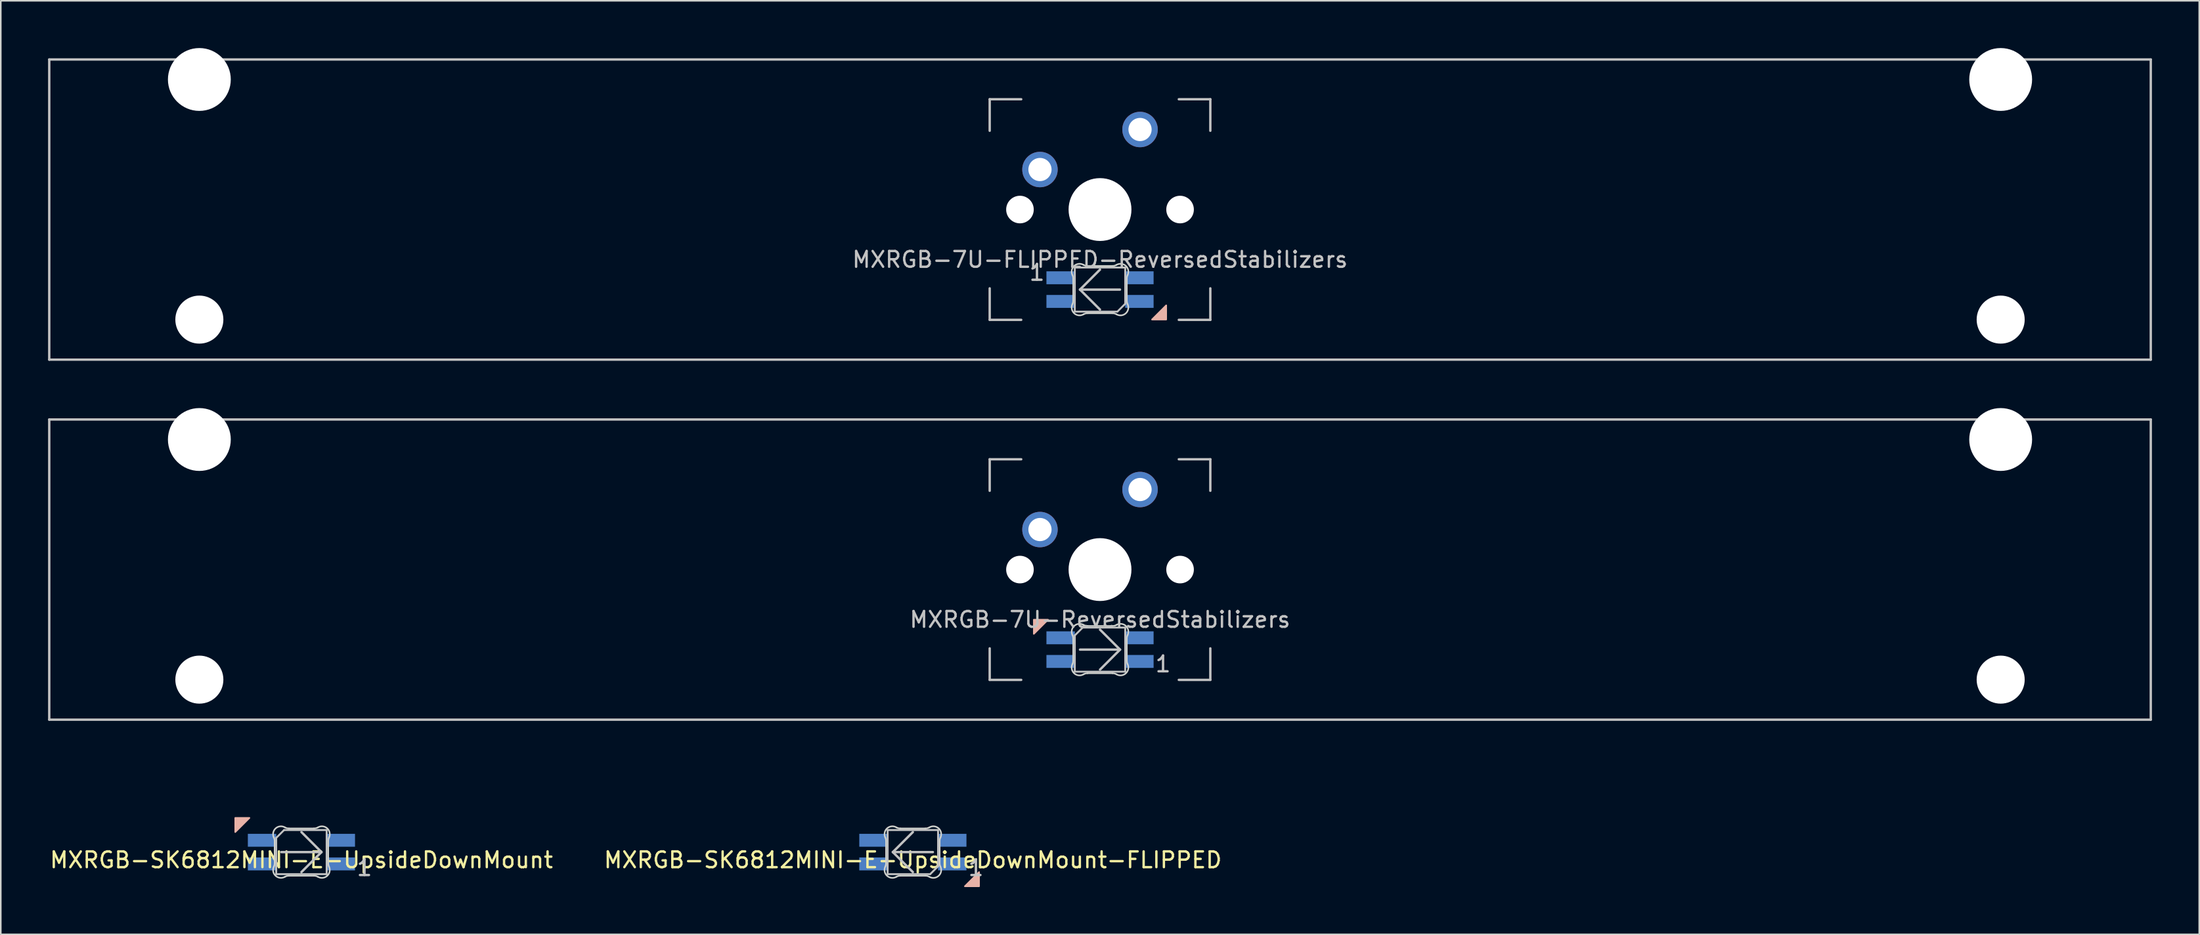
<source format=kicad_pcb>
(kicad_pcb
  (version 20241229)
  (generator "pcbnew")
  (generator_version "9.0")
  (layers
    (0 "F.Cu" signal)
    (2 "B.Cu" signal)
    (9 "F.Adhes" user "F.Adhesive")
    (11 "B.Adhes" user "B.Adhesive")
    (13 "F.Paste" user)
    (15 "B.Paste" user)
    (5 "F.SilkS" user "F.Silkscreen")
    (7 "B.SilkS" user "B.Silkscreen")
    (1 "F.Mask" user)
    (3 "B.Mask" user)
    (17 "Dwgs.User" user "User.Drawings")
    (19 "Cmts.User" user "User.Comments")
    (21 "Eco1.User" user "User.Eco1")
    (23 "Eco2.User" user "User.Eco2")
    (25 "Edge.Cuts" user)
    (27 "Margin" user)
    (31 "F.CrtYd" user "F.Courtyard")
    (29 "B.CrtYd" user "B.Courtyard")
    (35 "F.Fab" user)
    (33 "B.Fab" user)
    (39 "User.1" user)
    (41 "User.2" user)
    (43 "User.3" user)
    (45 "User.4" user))
  (footprint "MXRGB-SK6812MINI-E-UpsideDownMount-FLIPPED"
    (layer "F.Cu")
    (at 54.875 45.948)
    (property "Reference" "MXRGB-SK6812MINI-E-UpsideDownMount-FLIPPED" (at 0 5.58 0) (layer "F.SilkS") (effects (font (size 1 1) (thickness 0.15))))
    (attr through_hole)
    (fp_poly (pts (xy 4.2 6.35) (xy 3.3 7.25) (xy 4.2 7.25)) (stroke (width 0.1) (type solid)) (fill yes) (layer "B.SilkS"))
    (fp_line (start -1.6 3.68) (end 1.6 3.68) (stroke (width 0.12) (type solid)) (layer "Dwgs.User"))
    (fp_line (start -1.6 6.48) (end -1.6 3.68) (stroke (width 0.12) (type solid)) (layer "Dwgs.User"))
    (fp_line (start -1.27 5.08) (end 0 6.35) (stroke (width 0.15) (type solid)) (layer "Dwgs.User"))
    (fp_line (start -1.27 5.08) (end 1.27 5.08) (stroke (width 0.15) (type solid)) (layer "Dwgs.User"))
    (fp_line (start 0 3.81) (end -1.27 5.08) (stroke (width 0.15) (type solid)) (layer "Dwgs.User"))
    (fp_line (start 1.1 6.48) (end -1.6 6.48) (stroke (width 0.12) (type solid)) (layer "Dwgs.User"))
    (fp_line (start 1.1 6.48) (end 1.6 5.98) (stroke (width 0.12) (type solid)) (layer "Dwgs.User"))
    (fp_line (start 1.6 3.68) (end 1.6 5.98) (stroke (width 0.12) (type solid)) (layer "Dwgs.User"))
    (fp_line (start -1.7 5.783) (end -1.7 4.377) (stroke (width 0.1) (type solid)) (layer "Edge.Cuts"))
    (fp_line (start -0.794 3.58) (end 0.794 3.58) (stroke (width 0.1) (type solid)) (layer "Edge.Cuts"))
    (fp_line (start 0.794 6.58) (end -0.794 6.58) (stroke (width 0.1) (type solid)) (layer "Edge.Cuts"))
    (fp_line (start 1.7 4.377) (end 1.7 5.783) (stroke (width 0.1) (type solid)) (layer "Edge.Cuts"))
    (fp_arc (start -1.749484 4.160279) (mid -1.712527 4.265931) (end -1.699999 4.377157) (stroke (width 0.1) (type solid)) (layer "Edge.Cuts"))
    (fp_arc (start -1.749484 4.160279) (mid -1.638071 3.575964) (end -1.046711 3.5117) (stroke (width 0.1) (type solid)) (layer "Edge.Cuts"))
    (fp_arc (start -1.699999 5.782842) (mid -1.712527 5.894067) (end -1.749484 5.999719) (stroke (width 0.1) (type solid)) (layer "Edge.Cuts"))
    (fp_arc (start -1.046711 6.648296) (mid -1.63807 6.584033) (end -1.749484 5.999719) (stroke (width 0.1) (type solid)) (layer "Edge.Cuts"))
    (fp_arc (start -1.04671 6.648298) (mid -0.925122 6.597376) (end -0.794452 6.579999) (stroke (width 0.1) (type solid)) (layer "Edge.Cuts"))
    (fp_arc (start -0.794453 3.579999) (mid -0.925123 3.562622) (end -1.046711 3.5117) (stroke (width 0.1) (type solid)) (layer "Edge.Cuts"))
    (fp_arc (start 0.794452 6.579999) (mid 0.925123 6.597376) (end 1.046711 6.648298) (stroke (width 0.1) (type solid)) (layer "Edge.Cuts"))
    (fp_arc (start 1.046711 3.511701) (mid 0.925123 3.562623) (end 0.794453 3.58) (stroke (width 0.1) (type solid)) (layer "Edge.Cuts"))
    (fp_arc (start 1.046711 3.511701) (mid 1.638071 3.575965) (end 1.749484 4.160279) (stroke (width 0.1) (type solid)) (layer "Edge.Cuts"))
    (fp_arc (start 1.699999 4.377156) (mid 1.712527 4.265931) (end 1.749484 4.160279) (stroke (width 0.1) (type solid)) (layer "Edge.Cuts"))
    (fp_arc (start 1.749484 5.999718) (mid 1.638072 6.584034) (end 1.046711 6.648298) (stroke (width 0.1) (type solid)) (layer "Edge.Cuts"))
    (fp_arc (start 1.749484 5.999719) (mid 1.712527 5.894067) (end 1.699999 5.782841) (stroke (width 0.1) (type solid)) (layer "Edge.Cuts"))
    (fp_text user "1" (at 4 6.08 0) (layer "Dwgs.User") (effects (font (size 1 1) (thickness 0.15))))
    (pad "3" smd rect (at -2.5 4.33) (size 1.8 0.82) (layers "B.Cu" "B.Mask" "B.Paste"))
    (pad "4" smd rect (at -2.5 5.83) (size 1.8 0.82) (layers "B.Cu" "B.Mask" "B.Paste"))
    (pad "5" smd rect (at 2.5 5.83) (size 1.8 0.82) (layers "B.Cu" "B.Mask" "B.Paste"))
    (pad "6" smd rect (at 2.5 4.33) (size 1.8 0.82) (layers "B.Cu" "B.Mask" "B.Paste")))
  (footprint "MXRGB-7U-FLIPPED-ReversedStabilizers"
    (layer "F.Cu")
    (at 66.75 10.249)
    (property "Reference" "MXRGB-7U-FLIPPED-ReversedStabilizers" (at 0 3.175 0) (layer "Dwgs.User") (effects (font (size 1 1) (thickness 0.15))))
    (attr through_hole)
    (fp_poly (pts (xy 4.2 6.08) (xy 3.3 6.98) (xy 4.2 6.98)) (stroke (width 0.1) (type solid)) (fill yes) (layer "B.SilkS"))
    (fp_line (start -66.675 -9.525) (end 66.675 -9.525) (stroke (width 0.15) (type solid)) (layer "Dwgs.User"))
    (fp_line (start -66.675 9.525) (end -66.675 -9.525) (stroke (width 0.15) (type solid)) (layer "Dwgs.User"))
    (fp_line (start -66.675 9.525) (end 66.675 9.525) (stroke (width 0.15) (type solid)) (layer "Dwgs.User"))
    (fp_line (start -7 -7) (end -7 -5) (stroke (width 0.15) (type solid)) (layer "Dwgs.User"))
    (fp_line (start -7 5) (end -7 7) (stroke (width 0.15) (type solid)) (layer "Dwgs.User"))
    (fp_line (start -7 7) (end -5 7) (stroke (width 0.15) (type solid)) (layer "Dwgs.User"))
    (fp_line (start -5 -7) (end -7 -7) (stroke (width 0.15) (type solid)) (layer "Dwgs.User"))
    (fp_line (start -1.6 3.68) (end -1.6 6.48) (stroke (width 0.12) (type solid)) (layer "Dwgs.User"))
    (fp_line (start -1.6 6.48) (end 1.1 6.48) (stroke (width 0.12) (type solid)) (layer "Dwgs.User"))
    (fp_line (start -1.27 5.08) (end 0 3.81) (stroke (width 0.15) (type solid)) (layer "Dwgs.User"))
    (fp_line (start -1.27 5.08) (end 0 6.35) (stroke (width 0.15) (type solid)) (layer "Dwgs.User"))
    (fp_line (start -1.27 5.08) (end 1.27 5.08) (stroke (width 0.15) (type solid)) (layer "Dwgs.User"))
    (fp_line (start 1.6 3.68) (end -1.6 3.68) (stroke (width 0.12) (type solid)) (layer "Dwgs.User"))
    (fp_line (start 1.6 5.98) (end 1.1 6.48) (stroke (width 0.12) (type solid)) (layer "Dwgs.User"))
    (fp_line (start 1.6 5.98) (end 1.6 3.68) (stroke (width 0.12) (type solid)) (layer "Dwgs.User"))
    (fp_line (start 5 -7) (end 7 -7) (stroke (width 0.15) (type solid)) (layer "Dwgs.User"))
    (fp_line (start 5 7) (end 7 7) (stroke (width 0.15) (type solid)) (layer "Dwgs.User"))
    (fp_line (start 7 -7) (end 7 -5) (stroke (width 0.15) (type solid)) (layer "Dwgs.User"))
    (fp_line (start 7 7) (end 7 5) (stroke (width 0.15) (type solid)) (layer "Dwgs.User"))
    (fp_line (start 66.675 -9.525) (end 66.675 9.525) (stroke (width 0.15) (type solid)) (layer "Dwgs.User"))
    (fp_line (start -1.7 5.783) (end -1.7 4.377) (stroke (width 0.1) (type solid)) (layer "Edge.Cuts"))
    (fp_line (start -0.794 3.58) (end 0.794 3.58) (stroke (width 0.1) (type solid)) (layer "Edge.Cuts"))
    (fp_line (start 0.794 6.58) (end -0.794 6.58) (stroke (width 0.1) (type solid)) (layer "Edge.Cuts"))
    (fp_line (start 1.7 4.377) (end 1.7 5.783) (stroke (width 0.1) (type solid)) (layer "Edge.Cuts"))
    (fp_arc (start -1.749484 4.160279) (mid -1.712527 4.265931) (end -1.699999 4.377157) (stroke (width 0.1) (type solid)) (layer "Edge.Cuts"))
    (fp_arc (start -1.749484 4.160279) (mid -1.638071 3.575964) (end -1.046711 3.5117) (stroke (width 0.1) (type solid)) (layer "Edge.Cuts"))
    (fp_arc (start -1.699999 5.782842) (mid -1.712527 5.894067) (end -1.749484 5.999719) (stroke (width 0.1) (type solid)) (layer "Edge.Cuts"))
    (fp_arc (start -1.046711 6.648296) (mid -1.63807 6.584033) (end -1.749484 5.999719) (stroke (width 0.1) (type solid)) (layer "Edge.Cuts"))
    (fp_arc (start -1.04671 6.648298) (mid -0.925122 6.597376) (end -0.794452 6.579999) (stroke (width 0.1) (type solid)) (layer "Edge.Cuts"))
    (fp_arc (start -0.794453 3.579999) (mid -0.925123 3.562622) (end -1.046711 3.5117) (stroke (width 0.1) (type solid)) (layer "Edge.Cuts"))
    (fp_arc (start 0.794452 6.579999) (mid 0.925123 6.597376) (end 1.046711 6.648298) (stroke (width 0.1) (type solid)) (layer "Edge.Cuts"))
    (fp_arc (start 1.046711 3.511701) (mid 0.925123 3.562623) (end 0.794453 3.58) (stroke (width 0.1) (type solid)) (layer "Edge.Cuts"))
    (fp_arc (start 1.046711 3.511701) (mid 1.638071 3.575965) (end 1.749484 4.160279) (stroke (width 0.1) (type solid)) (layer "Edge.Cuts"))
    (fp_arc (start 1.699999 4.377156) (mid 1.712527 4.265931) (end 1.749484 4.160279) (stroke (width 0.1) (type solid)) (layer "Edge.Cuts"))
    (fp_arc (start 1.749484 5.999718) (mid 1.638072 6.584034) (end 1.046711 6.648298) (stroke (width 0.1) (type solid)) (layer "Edge.Cuts"))
    (fp_arc (start 1.749484 5.999719) (mid 1.712527 5.894067) (end 1.699999 5.782841) (stroke (width 0.1) (type solid)) (layer "Edge.Cuts"))
    (fp_text user "1" (at -4 4 0) (layer "Dwgs.User") (effects (font (size 1 1) (thickness 0.15))))
    (pad "" np_thru_hole circle (at -57.15 -8.255) (size 3.988 3.988) (drill 3.988) (layers "*.Cu" "*.Mask"))
    (pad "" np_thru_hole circle (at -57.15 6.985) (size 3.048 3.048) (drill 3.048) (layers "*.Cu" "*.Mask"))
    (pad "" np_thru_hole circle (at -5.08 0 48.1) (size 1.75 1.75) (drill 1.75) (layers "*.Cu" "*.Mask"))
    (pad "" np_thru_hole circle (at 0 0) (size 3.988 3.988) (drill 3.988) (layers "*.Cu" "*.Mask"))
    (pad "" np_thru_hole circle (at 5.08 0 48.1) (size 1.75 1.75) (drill 1.75) (layers "*.Cu" "*.Mask"))
    (pad "" np_thru_hole circle (at 57.15 -8.255) (size 3.988 3.988) (drill 3.988) (layers "*.Cu" "*.Mask"))
    (pad "" np_thru_hole circle (at 57.15 6.985) (size 3.048 3.048) (drill 3.048) (layers "*.Cu" "*.Mask"))
    (pad "1" thru_hole circle (at -3.81 -2.54) (size 2.25 2.25) (drill 1.47) (layers "*.Cu" "B.Mask"))
    (pad "2" thru_hole circle (at 2.54 -5.08) (size 2.25 2.25) (drill 1.47) (layers "*.Cu" "B.Mask"))
    (pad "3" smd rect (at -2.5 4.33) (size 1.8 0.82) (layers "B.Cu" "B.Mask" "B.Paste"))
    (pad "4" smd rect (at -2.5 5.83) (size 1.8 0.82) (layers "B.Cu" "B.Mask" "B.Paste"))
    (pad "5" smd rect (at 2.5 5.83) (size 1.8 0.82) (layers "B.Cu" "B.Mask" "B.Paste"))
    (pad "6" smd rect (at 2.5 4.33) (size 1.8 0.82) (layers "B.Cu" "B.Mask" "B.Paste")))
  (footprint "MXRGB-7U-ReversedStabilizers"
    (layer "F.Cu")
    (at 66.75 33.098)
    (property "Reference" "MXRGB-7U-ReversedStabilizers" (at 0 3.175 0) (layer "Dwgs.User") (effects (font (size 1 1) (thickness 0.15))))
    (attr through_hole)
    (fp_poly (pts (xy -4.2 4.08) (xy -3.3 3.18) (xy -4.2 3.18)) (stroke (width 0.1) (type solid)) (fill yes) (layer "B.SilkS"))
    (fp_line (start -66.675 -9.525) (end 66.675 -9.525) (stroke (width 0.15) (type solid)) (layer "Dwgs.User"))
    (fp_line (start -66.675 9.525) (end -66.675 -9.525) (stroke (width 0.15) (type solid)) (layer "Dwgs.User"))
    (fp_line (start -66.675 9.525) (end 66.675 9.525) (stroke (width 0.15) (type solid)) (layer "Dwgs.User"))
    (fp_line (start -7 -7) (end -7 -5) (stroke (width 0.15) (type solid)) (layer "Dwgs.User"))
    (fp_line (start -7 5) (end -7 7) (stroke (width 0.15) (type solid)) (layer "Dwgs.User"))
    (fp_line (start -7 7) (end -5 7) (stroke (width 0.15) (type solid)) (layer "Dwgs.User"))
    (fp_line (start -5 -7) (end -7 -7) (stroke (width 0.15) (type solid)) (layer "Dwgs.User"))
    (fp_line (start -1.6 4.18) (end -1.6 6.48) (stroke (width 0.12) (type solid)) (layer "Dwgs.User"))
    (fp_line (start -1.6 4.18) (end -1.1 3.68) (stroke (width 0.12) (type solid)) (layer "Dwgs.User"))
    (fp_line (start -1.6 6.48) (end 1.6 6.48) (stroke (width 0.12) (type solid)) (layer "Dwgs.User"))
    (fp_line (start 1.27 5.08) (end -1.27 5.08) (stroke (width 0.15) (type solid)) (layer "Dwgs.User"))
    (fp_line (start 1.27 5.08) (end 0 3.81) (stroke (width 0.15) (type solid)) (layer "Dwgs.User"))
    (fp_line (start 1.27 5.08) (end 0 6.35) (stroke (width 0.15) (type solid)) (layer "Dwgs.User"))
    (fp_line (start 1.6 3.68) (end -1.1 3.68) (stroke (width 0.12) (type solid)) (layer "Dwgs.User"))
    (fp_line (start 1.6 6.48) (end 1.6 3.68) (stroke (width 0.12) (type solid)) (layer "Dwgs.User"))
    (fp_line (start 5 -7) (end 7 -7) (stroke (width 0.15) (type solid)) (layer "Dwgs.User"))
    (fp_line (start 5 7) (end 7 7) (stroke (width 0.15) (type solid)) (layer "Dwgs.User"))
    (fp_line (start 7 -7) (end 7 -5) (stroke (width 0.15) (type solid)) (layer "Dwgs.User"))
    (fp_line (start 7 7) (end 7 5) (stroke (width 0.15) (type solid)) (layer "Dwgs.User"))
    (fp_line (start 66.675 -9.525) (end 66.675 9.525) (stroke (width 0.15) (type solid)) (layer "Dwgs.User"))
    (fp_line (start -1.7 5.783) (end -1.7 4.377) (stroke (width 0.1) (type solid)) (layer "Edge.Cuts"))
    (fp_line (start -0.794 3.58) (end 0.794 3.58) (stroke (width 0.1) (type solid)) (layer "Edge.Cuts"))
    (fp_line (start 0.794 6.58) (end -0.794 6.58) (stroke (width 0.1) (type solid)) (layer "Edge.Cuts"))
    (fp_line (start 1.7 4.377) (end 1.7 5.783) (stroke (width 0.1) (type solid)) (layer "Edge.Cuts"))
    (fp_arc (start -1.749484 4.160281) (mid -1.712527 4.265933) (end -1.699999 4.377159) (stroke (width 0.1) (type solid)) (layer "Edge.Cuts"))
    (fp_arc (start -1.749484 4.160282) (mid -1.638072 3.575966) (end -1.046711 3.511702) (stroke (width 0.1) (type solid)) (layer "Edge.Cuts"))
    (fp_arc (start -1.699999 5.782844) (mid -1.712527 5.894069) (end -1.749484 5.999721) (stroke (width 0.1) (type solid)) (layer "Edge.Cuts"))
    (fp_arc (start -1.046711 6.648299) (mid -1.638071 6.584035) (end -1.749484 5.999721) (stroke (width 0.1) (type solid)) (layer "Edge.Cuts"))
    (fp_arc (start -1.046711 6.648299) (mid -0.925123 6.597377) (end -0.794453 6.58) (stroke (width 0.1) (type solid)) (layer "Edge.Cuts"))
    (fp_arc (start -0.794452 3.580001) (mid -0.925123 3.562624) (end -1.046711 3.511702) (stroke (width 0.1) (type solid)) (layer "Edge.Cuts"))
    (fp_arc (start 0.794453 6.580001) (mid 0.925123 6.597378) (end 1.046711 6.6483) (stroke (width 0.1) (type solid)) (layer "Edge.Cuts"))
    (fp_arc (start 1.04671 3.511702) (mid 0.925122 3.562624) (end 0.794452 3.580001) (stroke (width 0.1) (type solid)) (layer "Edge.Cuts"))
    (fp_arc (start 1.046711 3.511704) (mid 1.63807 3.575967) (end 1.749484 4.160281) (stroke (width 0.1) (type solid)) (layer "Edge.Cuts"))
    (fp_arc (start 1.699999 4.377158) (mid 1.712527 4.265933) (end 1.749484 4.160281) (stroke (width 0.1) (type solid)) (layer "Edge.Cuts"))
    (fp_arc (start 1.749484 5.999721) (mid 1.638071 6.584036) (end 1.046711 6.6483) (stroke (width 0.1) (type solid)) (layer "Edge.Cuts"))
    (fp_arc (start 1.749484 5.999721) (mid 1.712527 5.894069) (end 1.699999 5.782843) (stroke (width 0.1) (type solid)) (layer "Edge.Cuts"))
    (fp_text user "1" (at 4 6 0) (layer "Dwgs.User") (effects (font (size 1 1) (thickness 0.15))))
    (pad "" np_thru_hole circle (at -57.15 -8.255) (size 3.988 3.988) (drill 3.988) (layers "*.Cu" "*.Mask"))
    (pad "" np_thru_hole circle (at -57.15 6.985) (size 3.048 3.048) (drill 3.048) (layers "*.Cu" "*.Mask"))
    (pad "" np_thru_hole circle (at -5.08 0 48.1) (size 1.75 1.75) (drill 1.75) (layers "*.Cu" "*.Mask"))
    (pad "" np_thru_hole circle (at 0 0) (size 3.988 3.988) (drill 3.988) (layers "*.Cu" "*.Mask"))
    (pad "" np_thru_hole circle (at 5.08 0 48.1) (size 1.75 1.75) (drill 1.75) (layers "*.Cu" "*.Mask"))
    (pad "" np_thru_hole circle (at 57.15 -8.255) (size 3.988 3.988) (drill 3.988) (layers "*.Cu" "*.Mask"))
    (pad "" np_thru_hole circle (at 57.15 6.985) (size 3.048 3.048) (drill 3.048) (layers "*.Cu" "*.Mask"))
    (pad "1" thru_hole circle (at -3.81 -2.54) (size 2.25 2.25) (drill 1.47) (layers "*.Cu" "B.Mask"))
    (pad "2" thru_hole circle (at 2.54 -5.08) (size 2.25 2.25) (drill 1.47) (layers "*.Cu" "B.Mask"))
    (pad "3" smd rect (at 2.5 5.83) (size 1.8 0.82) (layers "B.Cu" "B.Mask" "B.Paste"))
    (pad "4" smd rect (at 2.5 4.33) (size 1.8 0.82) (layers "B.Cu" "B.Mask" "B.Paste"))
    (pad "5" smd rect (at -2.5 4.33) (size 1.8 0.82) (layers "B.Cu" "B.Mask" "B.Paste"))
    (pad "6" smd rect (at -2.5 5.83) (size 1.8 0.82) (layers "B.Cu" "B.Mask" "B.Paste")))
  (footprint "MXRGB-SK6812MINI-E-UpsideDownMount"
    (layer "F.Cu")
    (at 16.077 45.948)
    (property "Reference" "MXRGB-SK6812MINI-E-UpsideDownMount" (at 0 5.58 0) (layer "F.SilkS") (effects (font (size 1 1) (thickness 0.15))))
    (attr through_hole)
    (fp_poly (pts (xy -4.2 3.81) (xy -3.3 2.91) (xy -4.2 2.91)) (stroke (width 0.1) (type solid)) (fill yes) (layer "B.SilkS"))
    (fp_line (start -1.6 4.18) (end -1.6 6.48) (stroke (width 0.12) (type solid)) (layer "Dwgs.User"))
    (fp_line (start -1.6 4.18) (end -1.1 3.68) (stroke (width 0.12) (type solid)) (layer "Dwgs.User"))
    (fp_line (start -1.6 6.48) (end 1.6 6.48) (stroke (width 0.12) (type solid)) (layer "Dwgs.User"))
    (fp_line (start -1.27 5.08) (end 1.27 5.08) (stroke (width 0.15) (type solid)) (layer "Dwgs.User"))
    (fp_line (start 1.27 5.08) (end 0 3.81) (stroke (width 0.15) (type solid)) (layer "Dwgs.User"))
    (fp_line (start 1.27 5.08) (end 0 6.35) (stroke (width 0.15) (type solid)) (layer "Dwgs.User"))
    (fp_line (start 1.6 3.68) (end -1.1 3.68) (stroke (width 0.12) (type solid)) (layer "Dwgs.User"))
    (fp_line (start 1.6 6.48) (end 1.6 3.68) (stroke (width 0.12) (type solid)) (layer "Dwgs.User"))
    (fp_line (start -1.7 5.783) (end -1.7 4.377) (stroke (width 0.1) (type solid)) (layer "Edge.Cuts"))
    (fp_line (start -0.794 3.58) (end 0.794 3.58) (stroke (width 0.1) (type solid)) (layer "Edge.Cuts"))
    (fp_line (start 0.794 6.58) (end -0.794 6.58) (stroke (width 0.1) (type solid)) (layer "Edge.Cuts"))
    (fp_line (start 1.7 4.377) (end 1.7 5.783) (stroke (width 0.1) (type solid)) (layer "Edge.Cuts"))
    (fp_arc (start -1.749484 4.160279) (mid -1.712527 4.265931) (end -1.699999 4.377157) (stroke (width 0.1) (type solid)) (layer "Edge.Cuts"))
    (fp_arc (start -1.749484 4.160279) (mid -1.638071 3.575964) (end -1.046711 3.5117) (stroke (width 0.1) (type solid)) (layer "Edge.Cuts"))
    (fp_arc (start -1.699999 5.782842) (mid -1.712527 5.894067) (end -1.749484 5.999719) (stroke (width 0.1) (type solid)) (layer "Edge.Cuts"))
    (fp_arc (start -1.046711 6.648296) (mid -1.63807 6.584033) (end -1.749484 5.999719) (stroke (width 0.1) (type solid)) (layer "Edge.Cuts"))
    (fp_arc (start -1.04671 6.648298) (mid -0.925122 6.597376) (end -0.794452 6.579999) (stroke (width 0.1) (type solid)) (layer "Edge.Cuts"))
    (fp_arc (start -0.794453 3.579999) (mid -0.925123 3.562622) (end -1.046711 3.5117) (stroke (width 0.1) (type solid)) (layer "Edge.Cuts"))
    (fp_arc (start 0.794452 6.579999) (mid 0.925123 6.597376) (end 1.046711 6.648298) (stroke (width 0.1) (type solid)) (layer "Edge.Cuts"))
    (fp_arc (start 1.046711 3.511701) (mid 0.925123 3.562623) (end 0.794453 3.58) (stroke (width 0.1) (type solid)) (layer "Edge.Cuts"))
    (fp_arc (start 1.046711 3.511701) (mid 1.638071 3.575965) (end 1.749484 4.160279) (stroke (width 0.1) (type solid)) (layer "Edge.Cuts"))
    (fp_arc (start 1.699999 4.377156) (mid 1.712527 4.265931) (end 1.749484 4.160279) (stroke (width 0.1) (type solid)) (layer "Edge.Cuts"))
    (fp_arc (start 1.749484 5.999718) (mid 1.638072 6.584034) (end 1.046711 6.648298) (stroke (width 0.1) (type solid)) (layer "Edge.Cuts"))
    (fp_arc (start 1.749484 5.999719) (mid 1.712527 5.894067) (end 1.699999 5.782841) (stroke (width 0.1) (type solid)) (layer "Edge.Cuts"))
    (fp_text user "1" (at 4 6.08 0) (layer "Dwgs.User") (effects (font (size 1 1) (thickness 0.15))))
    (pad "3" smd rect (at 2.5 5.83) (size 1.8 0.82) (layers "B.Cu" "B.Mask" "B.Paste"))
    (pad "4" smd rect (at 2.5 4.33) (size 1.8 0.82) (layers "B.Cu" "B.Mask" "B.Paste"))
    (pad "5" smd rect (at -2.5 4.33) (size 1.8 0.82) (layers "B.Cu" "B.Mask" "B.Paste"))
    (pad "6" smd rect (at -2.5 5.83) (size 1.8 0.82) (layers "B.Cu" "B.Mask" "B.Paste")))
  (gr_rect
    (start -3 -3)
    (end 136.5 56.248)
    (stroke (width 0.1) (type default))
    (fill no)
    (layer "Edge.Cuts")))
</source>
